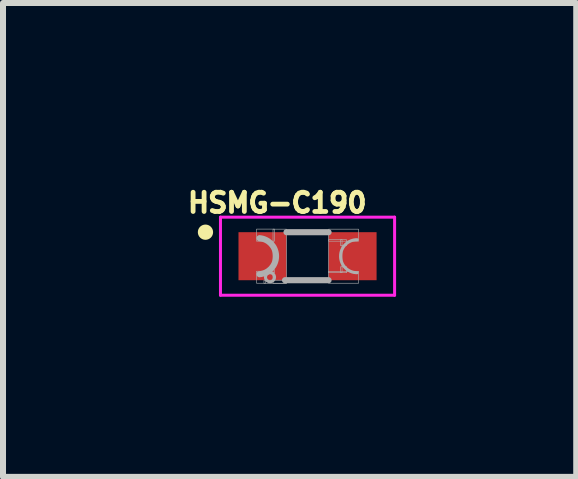
<source format=kicad_pcb>
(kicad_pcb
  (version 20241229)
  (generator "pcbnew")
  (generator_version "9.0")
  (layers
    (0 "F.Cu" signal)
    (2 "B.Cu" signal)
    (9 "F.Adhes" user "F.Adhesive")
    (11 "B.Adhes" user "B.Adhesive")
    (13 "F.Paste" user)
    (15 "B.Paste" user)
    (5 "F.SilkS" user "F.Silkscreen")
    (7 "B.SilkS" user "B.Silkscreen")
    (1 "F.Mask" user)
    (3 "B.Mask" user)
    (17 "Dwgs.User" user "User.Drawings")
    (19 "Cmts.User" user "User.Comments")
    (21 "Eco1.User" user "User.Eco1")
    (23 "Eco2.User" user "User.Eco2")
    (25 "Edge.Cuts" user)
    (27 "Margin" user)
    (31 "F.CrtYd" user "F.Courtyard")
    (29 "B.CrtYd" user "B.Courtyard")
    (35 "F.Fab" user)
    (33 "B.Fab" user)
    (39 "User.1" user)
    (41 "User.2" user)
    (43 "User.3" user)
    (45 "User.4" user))
  (footprint "HSMG-C190"
    (layer "F.Cu")
    (at 2.072 1.217)
    (property "Reference" "HSMG-C190" (at -0.504 -0.889 0) (layer "F.SilkS") (effects (font (size 0.32 0.32) (thickness 0.08))))
    (attr smd)
    (fp_circle (center -1.7 -0.4) (end -1.573 -0.4) (stroke (width 0) (type solid)) (fill yes) (layer "F.SilkS"))
    (fp_line (start -1.45 -0.65) (end 1.45 -0.65) (stroke (width 0.05) (type solid)) (layer "F.CrtYd"))
    (fp_line (start -1.45 0.65) (end -1.45 -0.65) (stroke (width 0.05) (type solid)) (layer "F.CrtYd"))
    (fp_line (start 1.45 -0.65) (end 1.45 0.65) (stroke (width 0.05) (type solid)) (layer "F.CrtYd"))
    (fp_line (start 1.45 0.65) (end -1.45 0.65) (stroke (width 0.05) (type solid)) (layer "F.CrtYd"))
    (fp_line (start -0.375 0.4) (end 0.35 0.4) (stroke (width 0.102) (type solid)) (layer "F.Fab"))
    (fp_line (start -0.35 -0.4) (end 0.35 -0.4) (stroke (width 0.102) (type solid)) (layer "F.Fab"))
    (fp_arc (start -0.8 -0.3) (mid -0.524966 0) (end -0.8 0.3) (stroke (width 0.1016) (type solid)) (layer "F.Fab"))
    (fp_arc (start 0.825 0.275) (mid 0.55 0) (end 0.825 -0.275) (stroke (width 0.0508) (type solid)) (layer "F.Fab"))
    (fp_circle (center -0.625 0.35) (end -0.55 0.35) (stroke (width 0.051) (type solid)) (fill no) (layer "F.Fab"))
    (fp_poly (pts (xy -0.85 -0.25) (xy -0.85 -0.451) (xy -0.551 -0.451) (xy -0.551 -0.25)) (stroke (width 0.01) (type solid)) (fill no) (layer "F.Fab"))
    (fp_poly (pts (xy -0.85 0.45) (xy -0.85 0.25) (xy -0.7 0.25) (xy -0.7 0.45)) (stroke (width 0.01) (type solid)) (fill no) (layer "F.Fab"))
    (fp_poly (pts (xy -0.726 0.451) (xy -0.726 0.4) (xy -0.35 0.4) (xy -0.35 0.451)) (stroke (width 0.01) (type solid)) (fill no) (layer "F.Fab"))
    (fp_poly (pts (xy -0.6 0.275) (xy -0.6 0.225) (xy -0.55 0.225) (xy -0.55 0.275)) (stroke (width 0.01) (type solid)) (fill no) (layer "F.Fab"))
    (fp_poly (pts (xy -0.575 0.45) (xy -0.575 -0.45) (xy -0.35 -0.45) (xy -0.35 0.45)) (stroke (width 0.01) (type solid)) (fill no) (layer "F.Fab"))
    (fp_poly (pts (xy 0.35 0.45) (xy 0.35 0.251) (xy 0.851 0.251) (xy 0.851 0.45)) (stroke (width 0.01) (type solid)) (fill no) (layer "F.Fab"))
    (fp_poly (pts (xy 0.35 0.275) (xy 0.35 -0.275) (xy 0.575 -0.275) (xy 0.575 0.275)) (stroke (width 0.01) (type solid)) (fill no) (layer "F.Fab"))
    (fp_poly (pts (xy 0.35 -0.25) (xy 0.35 -0.45) (xy 0.85 -0.45) (xy 0.85 -0.25)) (stroke (width 0.01) (type solid)) (fill no) (layer "F.Fab"))
    (fp_poly (pts (xy 0.55 -0.175) (xy 0.55 -0.275) (xy 0.65 -0.275) (xy 0.65 -0.175)) (stroke (width 0.01) (type solid)) (fill no) (layer "F.Fab"))
    (fp_poly (pts (xy 0.55 0.275) (xy 0.55 0.176) (xy 0.651 0.176) (xy 0.651 0.275)) (stroke (width 0.01) (type solid)) (fill no) (layer "F.Fab"))
    (pad "A" smd rect (at 0.75 0) (size 0.8 0.8) (layers "F.Cu" "F.Mask" "F.Paste"))
    (pad "C" smd rect (at -0.75 0) (size 0.8 0.8) (layers "F.Cu" "F.Mask" "F.Paste")))
  (gr_rect
    (start -3 -3)
    (end 6.547 4.892)
    (stroke (width 0.1) (type default))
    (fill no)
    (layer "Edge.Cuts")))
</source>
